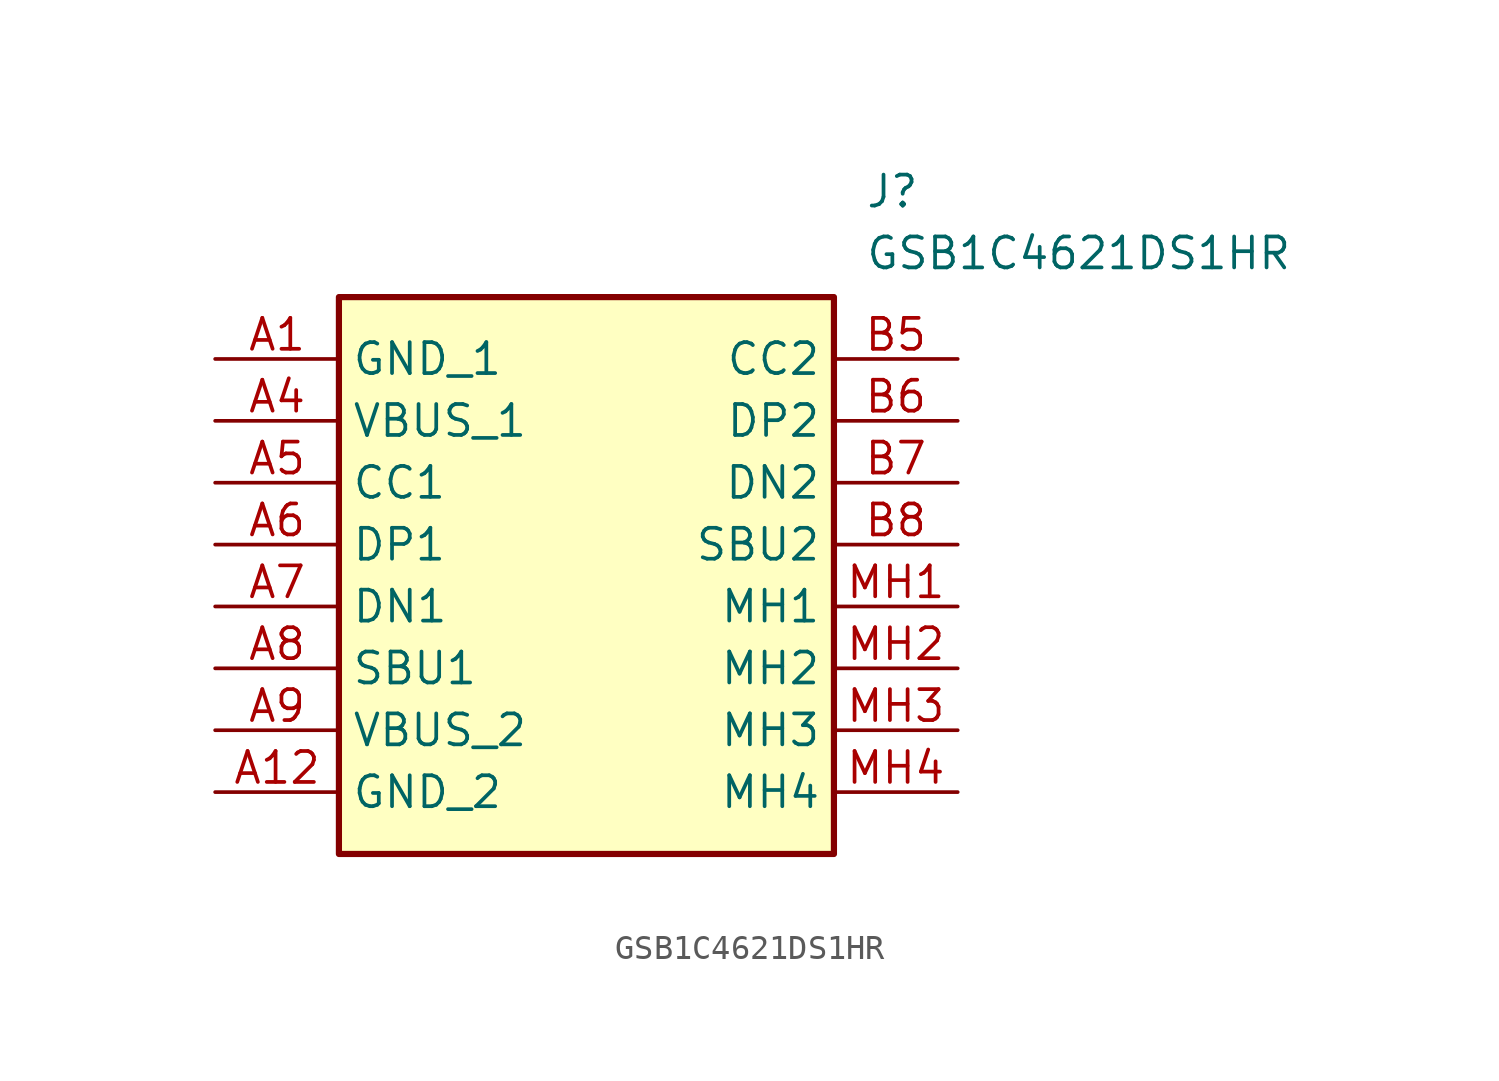
<source format=kicad_sym>
(kicad_symbol_lib
  (version 20211014)
  (generator SamacSys_ECAD_Model)
  (symbol "GSB1C4621DS1HR"
    (property "Reference" "J"
      (at 26.67 7.62 0)
      (effects (font (size 1.27 1.27)) (justify left top)))
    (property "Value" "GSB1C4621DS1HR"
      (at 26.67 5.08 0)
      (effects (font (size 1.27 1.27)) (justify left top)))
    (rectangle
      (start 5.08 2.54)
      (end 25.4 -20.32)
      (stroke (width 0.254) (type default))
      (fill (type background)))
    (pin passive line
      (at 0 0 0)
      (length 5.08)
      (name "GND_1" (effects (font (size 1.27 1.27))))
      (number "A1" (effects (font (size 1.27 1.27)))))
    (pin passive line
      (at 0 -2.54 0)
      (length 5.08)
      (name "VBUS_1" (effects (font (size 1.27 1.27))))
      (number "A4" (effects (font (size 1.27 1.27)))))
    (pin passive line
      (at 0 -5.08 0)
      (length 5.08)
      (name "CC1" (effects (font (size 1.27 1.27))))
      (number "A5" (effects (font (size 1.27 1.27)))))
    (pin passive line
      (at 0 -7.62 0)
      (length 5.08)
      (name "DP1" (effects (font (size 1.27 1.27))))
      (number "A6" (effects (font (size 1.27 1.27)))))
    (pin passive line
      (at 0 -10.16 0)
      (length 5.08)
      (name "DN1" (effects (font (size 1.27 1.27))))
      (number "A7" (effects (font (size 1.27 1.27)))))
    (pin passive line
      (at 0 -12.7 0)
      (length 5.08)
      (name "SBU1" (effects (font (size 1.27 1.27))))
      (number "A8" (effects (font (size 1.27 1.27)))))
    (pin passive line
      (at 0 -15.24 0)
      (length 5.08)
      (name "VBUS_2" (effects (font (size 1.27 1.27))))
      (number "A9" (effects (font (size 1.27 1.27)))))
    (pin passive line
      (at 0 -17.78 0)
      (length 5.08)
      (name "GND_2" (effects (font (size 1.27 1.27))))
      (number "A12" (effects (font (size 1.27 1.27)))))
    (pin passive line
      (at 30.48 0 180)
      (length 5.08)
      (name "CC2" (effects (font (size 1.27 1.27))))
      (number "B5" (effects (font (size 1.27 1.27)))))
    (pin passive line
      (at 30.48 -2.54 180)
      (length 5.08)
      (name "DP2" (effects (font (size 1.27 1.27))))
      (number "B6" (effects (font (size 1.27 1.27)))))
    (pin passive line
      (at 30.48 -5.08 180)
      (length 5.08)
      (name "DN2" (effects (font (size 1.27 1.27))))
      (number "B7" (effects (font (size 1.27 1.27)))))
    (pin passive line
      (at 30.48 -7.62 180)
      (length 5.08)
      (name "SBU2" (effects (font (size 1.27 1.27))))
      (number "B8" (effects (font (size 1.27 1.27)))))
    (pin passive line
      (at 30.48 -10.16 180)
      (length 5.08)
      (name "MH1" (effects (font (size 1.27 1.27))))
      (number "MH1" (effects (font (size 1.27 1.27)))))
    (pin passive line
      (at 30.48 -12.7 180)
      (length 5.08)
      (name "MH2" (effects (font (size 1.27 1.27))))
      (number "MH2" (effects (font (size 1.27 1.27)))))
    (pin passive line
      (at 30.48 -15.24 180)
      (length 5.08)
      (name "MH3" (effects (font (size 1.27 1.27))))
      (number "MH3" (effects (font (size 1.27 1.27)))))
    (pin passive line
      (at 30.48 -17.78 180)
      (length 5.08)
      (name "MH4" (effects (font (size 1.27 1.27))))
      (number "MH4" (effects (font (size 1.27 1.27)))))))
</source>
